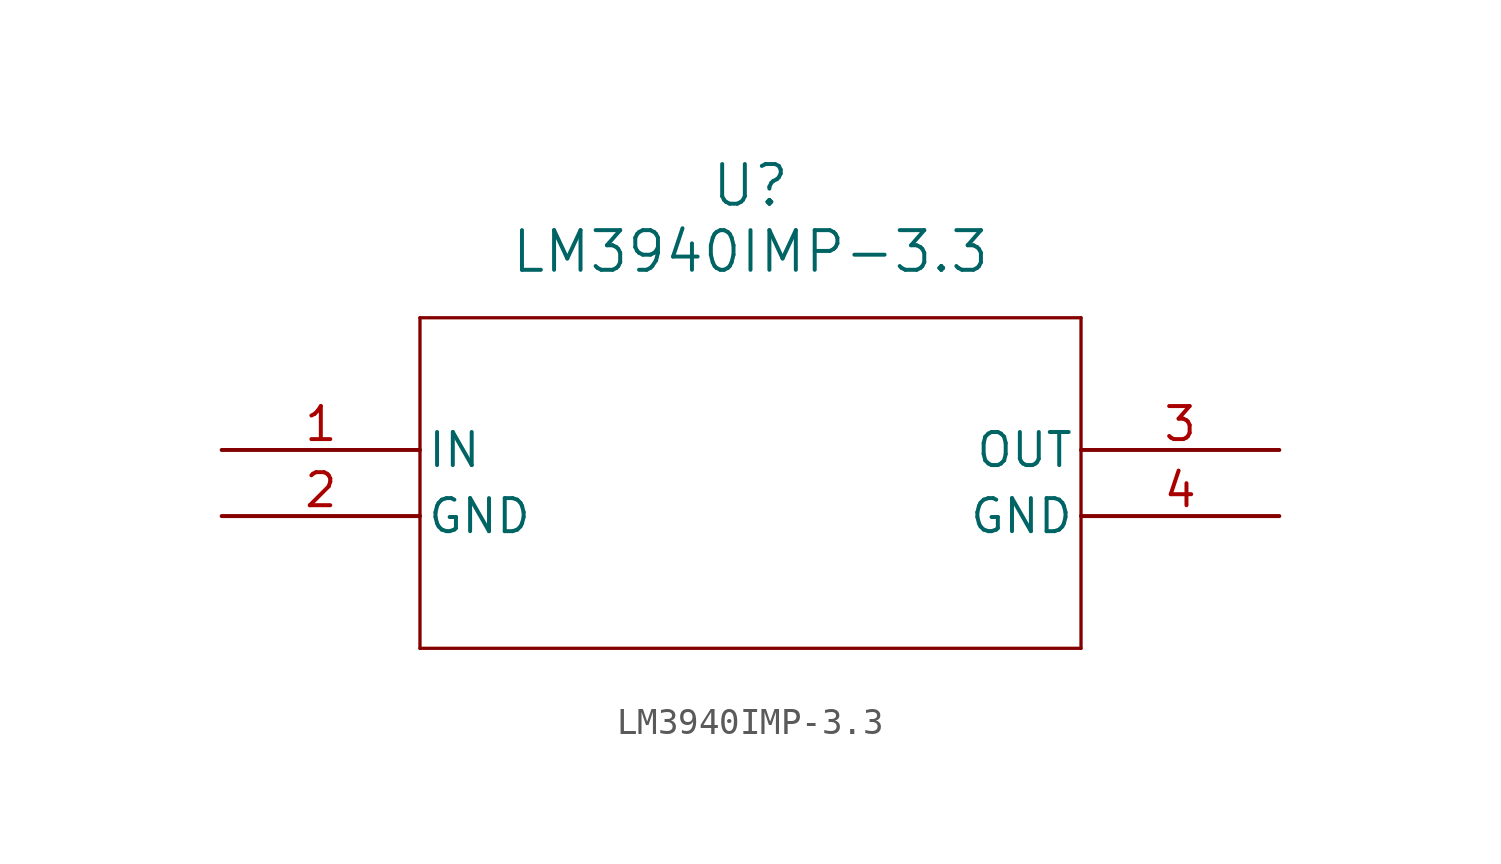
<source format=kicad_sym>
(kicad_symbol_lib
  (version 20211014)
  (generator kicad_symbol_editor)
  (symbol "LM3940IMP-3.3"
    (pin_names
      (offset 0.254))
    (property "Reference" "U"
      (at 20.32 10.16 0)
      (effects (font (size 1.524 1.524))))
    (property "Value" "LM3940IMP-3.3"
      (at 20.32 7.62 0)
      (effects (font (size 1.524 1.524))))
    (symbol "LM3940IMP-3.3_0_1"
      (polyline (pts (xy 7.62 5.08) (xy 7.62 -7.62)) (stroke (width 0.127) (type default) (color 0 0 0 0)) (fill (type none)))
      (polyline (pts (xy 7.62 -7.62) (xy 33.02 -7.62)) (stroke (width 0.127) (type default) (color 0 0 0 0)) (fill (type none)))
      (polyline (pts (xy 33.02 -7.62) (xy 33.02 5.08)) (stroke (width 0.127) (type default) (color 0 0 0 0)) (fill (type none)))
      (polyline (pts (xy 33.02 5.08) (xy 7.62 5.08)) (stroke (width 0.127) (type default) (color 0 0 0 0)) (fill (type none)))
      (pin input line (at 0 0 0) (length 7.62) (name "IN" (effects (font (size 1.27 1.27)))) (number "1" (effects (font (size 1.27 1.27)))))
      (pin passive line (at 0 -2.54 0) (length 7.62) (name "GND" (effects (font (size 1.27 1.27)))) (number "2" (effects (font (size 1.27 1.27)))))
      (pin output line (at 40.64 0 180) (length 7.62) (name "OUT" (effects (font (size 1.27 1.27)))) (number "3" (effects (font (size 1.27 1.27)))))
      (pin passive line (at 40.64 -2.54 180) (length 7.62) (name "GND" (effects (font (size 1.27 1.27)))) (number "4" (effects (font (size 1.27 1.27))))))))
</source>
